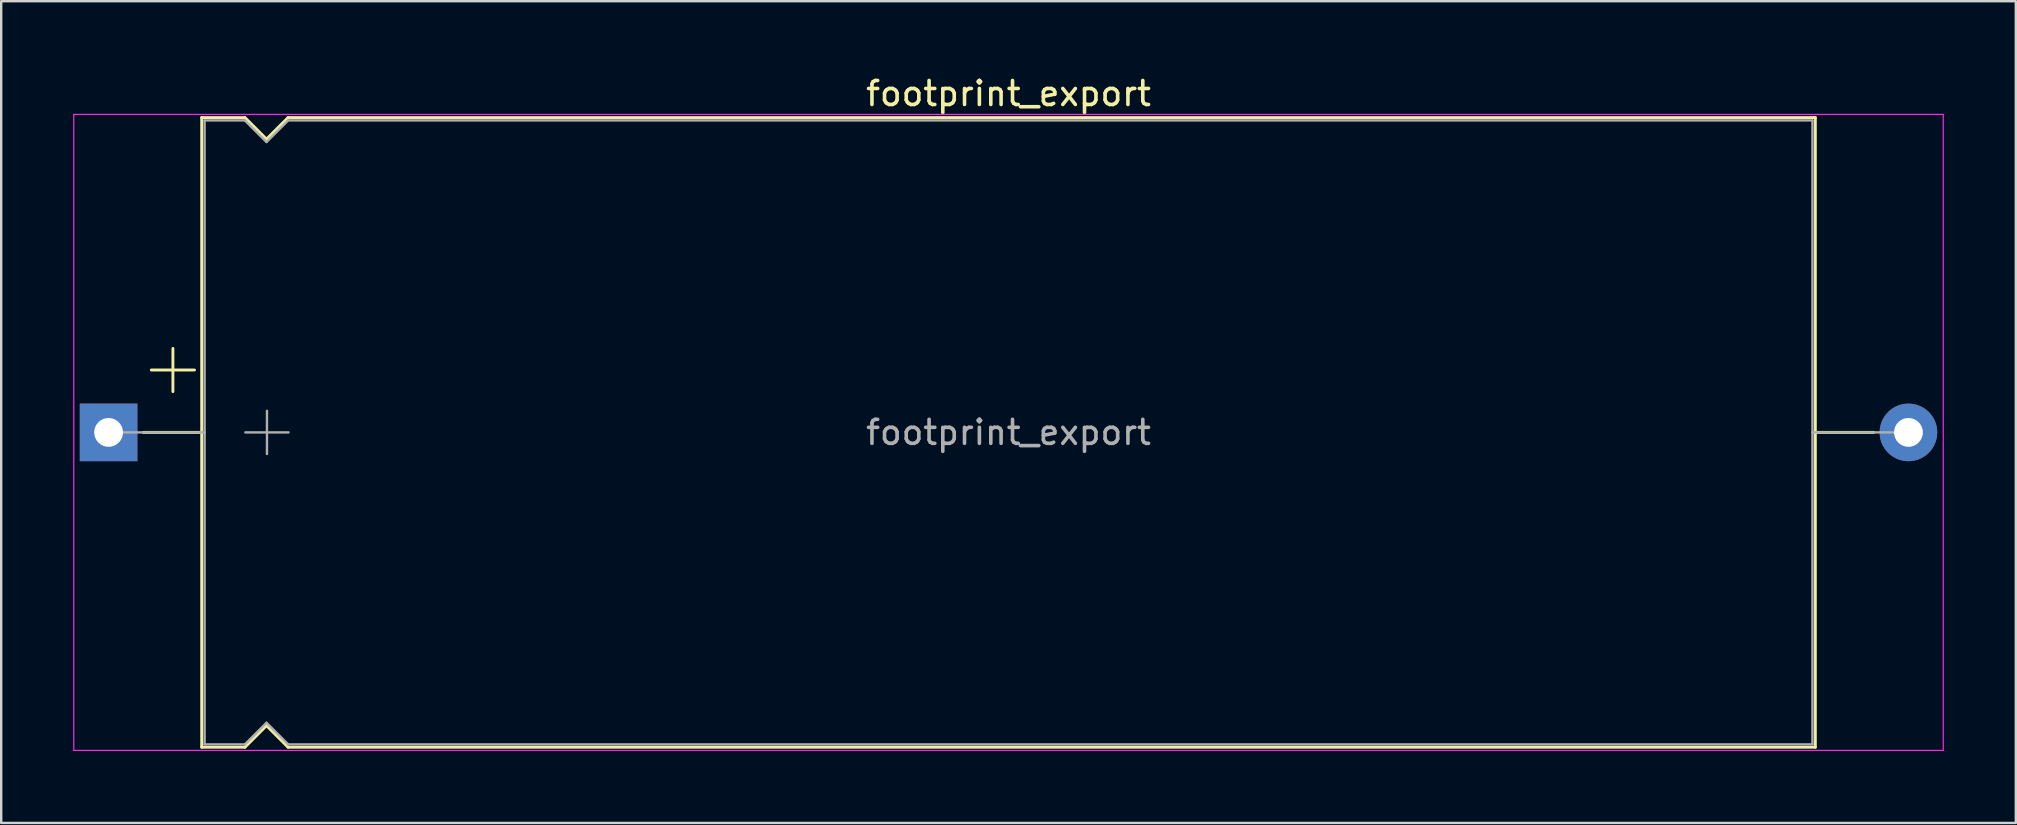
<source format=kicad_pcb>
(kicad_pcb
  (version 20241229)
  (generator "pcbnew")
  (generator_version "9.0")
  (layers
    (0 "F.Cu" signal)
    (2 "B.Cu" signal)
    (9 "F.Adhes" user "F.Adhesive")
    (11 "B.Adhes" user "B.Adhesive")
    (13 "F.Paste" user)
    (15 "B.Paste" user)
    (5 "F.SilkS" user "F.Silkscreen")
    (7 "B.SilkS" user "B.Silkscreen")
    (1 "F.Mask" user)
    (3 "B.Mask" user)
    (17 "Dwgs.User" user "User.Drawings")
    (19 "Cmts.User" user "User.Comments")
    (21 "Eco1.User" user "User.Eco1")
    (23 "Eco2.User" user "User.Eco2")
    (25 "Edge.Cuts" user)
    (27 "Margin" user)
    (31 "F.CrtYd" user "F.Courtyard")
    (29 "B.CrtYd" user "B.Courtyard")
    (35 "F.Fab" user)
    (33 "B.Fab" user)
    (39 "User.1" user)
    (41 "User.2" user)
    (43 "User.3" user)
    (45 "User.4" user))
  (footprint "footprint_export"
    (layer "F.Cu")
    (at 1.475 14.968)
    (property "Reference" "footprint_export" (at 37.5 -14.12 0) (layer "F.SilkS") (effects (font (size 1 1) (thickness 0.15))))
    (attr through_hole)
    (fp_line (start 1.44 0) (end 3.88 0) (stroke (width 0.12) (type solid)) (layer "F.SilkS"))
    (fp_line (start 1.78 -2.6) (end 3.58 -2.6) (stroke (width 0.12) (type solid)) (layer "F.SilkS"))
    (fp_line (start 2.68 -3.5) (end 2.68 -1.7) (stroke (width 0.12) (type solid)) (layer "F.SilkS"))
    (fp_line (start 3.88 -13.12) (end 3.88 13.12) (stroke (width 0.12) (type solid)) (layer "F.SilkS"))
    (fp_line (start 3.88 -13.12) (end 5.68 -13.12) (stroke (width 0.12) (type solid)) (layer "F.SilkS"))
    (fp_line (start 3.88 13.12) (end 5.68 13.12) (stroke (width 0.12) (type solid)) (layer "F.SilkS"))
    (fp_line (start 5.68 -13.12) (end 6.58 -12.22) (stroke (width 0.12) (type solid)) (layer "F.SilkS"))
    (fp_line (start 5.68 13.12) (end 6.58 12.22) (stroke (width 0.12) (type solid)) (layer "F.SilkS"))
    (fp_line (start 6.58 -12.22) (end 7.48 -13.12) (stroke (width 0.12) (type solid)) (layer "F.SilkS"))
    (fp_line (start 6.58 12.22) (end 7.48 13.12) (stroke (width 0.12) (type solid)) (layer "F.SilkS"))
    (fp_line (start 7.48 -13.12) (end 71.12 -13.12) (stroke (width 0.12) (type solid)) (layer "F.SilkS"))
    (fp_line (start 7.48 13.12) (end 71.12 13.12) (stroke (width 0.12) (type solid)) (layer "F.SilkS"))
    (fp_line (start 71.12 -13.12) (end 71.12 13.12) (stroke (width 0.12) (type solid)) (layer "F.SilkS"))
    (fp_line (start 73.56 0) (end 71.12 0) (stroke (width 0.12) (type solid)) (layer "F.SilkS"))
    (fp_line (start -1.45 -13.25) (end -1.45 13.25) (stroke (width 0.05) (type solid)) (layer "F.CrtYd"))
    (fp_line (start -1.45 13.25) (end 76.45 13.25) (stroke (width 0.05) (type solid)) (layer "F.CrtYd"))
    (fp_line (start 76.45 -13.25) (end -1.45 -13.25) (stroke (width 0.05) (type solid)) (layer "F.CrtYd"))
    (fp_line (start 76.45 13.25) (end 76.45 -13.25) (stroke (width 0.05) (type solid)) (layer "F.CrtYd"))
    (fp_line (start 0 0) (end 4 0) (stroke (width 0.1) (type solid)) (layer "F.Fab"))
    (fp_line (start 4 -13) (end 4 13) (stroke (width 0.1) (type solid)) (layer "F.Fab"))
    (fp_line (start 4 -13) (end 5.68 -13) (stroke (width 0.1) (type solid)) (layer "F.Fab"))
    (fp_line (start 4 13) (end 5.68 13) (stroke (width 0.1) (type solid)) (layer "F.Fab"))
    (fp_line (start 5.68 -13) (end 6.58 -12.1) (stroke (width 0.1) (type solid)) (layer "F.Fab"))
    (fp_line (start 5.68 13) (end 6.58 12.1) (stroke (width 0.1) (type solid)) (layer "F.Fab"))
    (fp_line (start 5.7 0) (end 7.5 0) (stroke (width 0.1) (type solid)) (layer "F.Fab"))
    (fp_line (start 6.58 -12.1) (end 7.48 -13) (stroke (width 0.1) (type solid)) (layer "F.Fab"))
    (fp_line (start 6.58 12.1) (end 7.48 13) (stroke (width 0.1) (type solid)) (layer "F.Fab"))
    (fp_line (start 6.6 -0.9) (end 6.6 0.9) (stroke (width 0.1) (type solid)) (layer "F.Fab"))
    (fp_line (start 7.48 -13) (end 71 -13) (stroke (width 0.1) (type solid)) (layer "F.Fab"))
    (fp_line (start 7.48 13) (end 71 13) (stroke (width 0.1) (type solid)) (layer "F.Fab"))
    (fp_line (start 71 -13) (end 71 13) (stroke (width 0.1) (type solid)) (layer "F.Fab"))
    (fp_line (start 75 0) (end 71 0) (stroke (width 0.1) (type solid)) (layer "F.Fab"))
    (fp_text user "${REFERENCE}" (at 37.5 0 0) (layer "F.Fab") (effects (font (size 1 1) (thickness 0.15))))
    (pad "1" thru_hole rect (at 0 0) (size 2.4 2.4) (drill 1.2) (layers "*.Cu" "*.Mask"))
    (pad "2" thru_hole oval (at 75 0) (size 2.4 2.4) (drill 1.2) (layers "*.Cu" "*.Mask")))
  (gr_rect
    (start -3 -3)
    (end 80.95 31.243)
    (stroke (width 0.1) (type default))
    (fill no)
    (layer "Edge.Cuts")))
</source>
